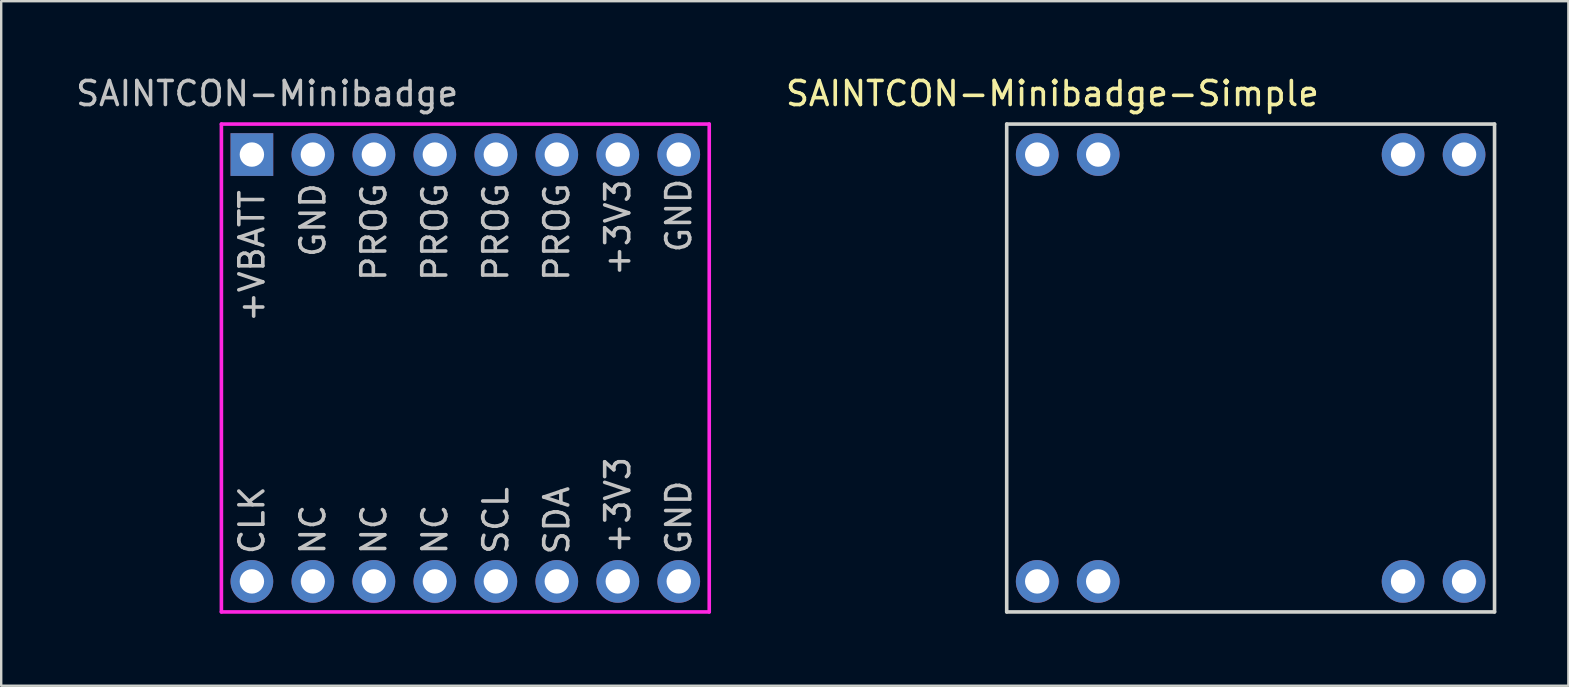
<source format=kicad_pcb>
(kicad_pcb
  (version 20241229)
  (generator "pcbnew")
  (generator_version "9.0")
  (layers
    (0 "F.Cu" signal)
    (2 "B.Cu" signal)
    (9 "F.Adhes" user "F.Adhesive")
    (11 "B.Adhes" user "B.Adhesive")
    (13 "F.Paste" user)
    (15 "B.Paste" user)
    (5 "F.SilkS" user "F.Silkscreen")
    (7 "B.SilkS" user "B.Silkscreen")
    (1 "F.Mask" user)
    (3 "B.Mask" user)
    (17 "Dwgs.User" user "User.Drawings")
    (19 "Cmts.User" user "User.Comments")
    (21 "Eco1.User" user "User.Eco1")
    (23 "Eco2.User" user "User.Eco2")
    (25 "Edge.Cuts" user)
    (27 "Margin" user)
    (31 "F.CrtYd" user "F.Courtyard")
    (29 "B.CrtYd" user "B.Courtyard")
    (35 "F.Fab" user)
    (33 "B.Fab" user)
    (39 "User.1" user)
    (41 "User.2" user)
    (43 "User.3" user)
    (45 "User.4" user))
  (footprint "SAINTCON-Minibadge-Simple"
    (layer "F.Cu")
    (at 38.883 2.118)
    (property "Reference" "SAINTCON-Minibadge-Simple" (at 1.905 -1.27 0) (layer "F.SilkS") (effects (font (size 1 1) (thickness 0.15))))
    (attr through_hole)
    (fp_line (start 0 0) (end 0 20.32) (stroke (width 0.15) (type solid)) (layer "Edge.Cuts"))
    (fp_line (start 0 20.32) (end 20.32 20.32) (stroke (width 0.15) (type solid)) (layer "Edge.Cuts"))
    (fp_line (start 20.32 0) (end 0 0) (stroke (width 0.15) (type solid)) (layer "Edge.Cuts"))
    (fp_line (start 20.32 20.32) (end 20.32 0) (stroke (width 0.15) (type solid)) (layer "Edge.Cuts"))
    (pad "1" thru_hole circle (at 1.27 1.27 90) (size 1.778 1.778) (drill 1.016) (layers "*.Cu" "*.Mask"))
    (pad "2" thru_hole circle (at 3.81 1.27 90) (size 1.778 1.778) (drill 1.016) (layers "*.Cu" "*.Mask"))
    (pad "7" thru_hole circle (at 16.51 1.27 90) (size 1.778 1.778) (drill 1.016) (layers "*.Cu" "*.Mask"))
    (pad "8" thru_hole circle (at 19.05 1.27 90) (size 1.778 1.778) (drill 1.016) (layers "*.Cu" "*.Mask"))
    (pad "9" thru_hole circle (at 1.27 19.05 90) (size 1.778 1.778) (drill 1.016) (layers "*.Cu" "*.Mask"))
    (pad "10" thru_hole circle (at 3.81 19.05 90) (size 1.778 1.778) (drill 1.016) (layers "*.Cu" "*.Mask"))
    (pad "15" thru_hole circle (at 16.51 19.05 90) (size 1.778 1.778) (drill 1.016) (layers "*.Cu" "*.Mask"))
    (pad "16" thru_hole circle (at 19.05 19.05 90) (size 1.778 1.778) (drill 1.016) (layers "*.Cu" "*.Mask")))
  (footprint "SAINTCON-Minibadge"
    (layer "F.Cu")
    (at 6.172 2.118)
    (property "Reference" "SAINTCON-Minibadge" (at 1.905 -1.27 0) (layer "Dwgs.User") (effects (font (size 1 1) (thickness 0.15))))
    (attr through_hole)
    (fp_line (start 0 0) (end 0 20.32) (stroke (width 0.15) (type solid)) (layer "F.CrtYd"))
    (fp_line (start 0 20.32) (end 20.32 20.32) (stroke (width 0.15) (type solid)) (layer "F.CrtYd"))
    (fp_line (start 20.32 0) (end 0 0) (stroke (width 0.15) (type solid)) (layer "F.CrtYd"))
    (fp_line (start 20.32 20.32) (end 20.32 0) (stroke (width 0.15) (type solid)) (layer "F.CrtYd"))
    (fp_text user "NC" (at 8.89 16.891 90) (layer "Dwgs.User") (effects (font (size 1 1) (thickness 0.15))))
    (fp_text user "GND" (at 19.05 16.383 90) (layer "Dwgs.User") (effects (font (size 1 1) (thickness 0.15))))
    (fp_text user "PROG" (at 6.35 4.5 90) (layer "Dwgs.User") (effects (font (size 1 1) (thickness 0.15))))
    (fp_text user "GND" (at 3.81 4 90) (layer "Dwgs.User") (effects (font (size 1 1) (thickness 0.15))))
    (fp_text user "PROG" (at 11.43 4.5 90) (layer "Dwgs.User") (effects (font (size 1 1) (thickness 0.15))))
    (fp_text user "+VBATT" (at 1.27 5.5 90) (layer "Dwgs.User") (effects (font (size 1 1) (thickness 0.15))))
    (fp_text user "+3V3" (at 16.51 4.318 90) (layer "Dwgs.User") (effects (font (size 1 1) (thickness 0.15))))
    (fp_text user "NC" (at 6.35 16.891 90) (layer "Dwgs.User") (effects (font (size 1 1) (thickness 0.15))))
    (fp_text user "PROG" (at 8.89 4.5 90) (layer "Dwgs.User") (effects (font (size 1 1) (thickness 0.15))))
    (fp_text user "GND" (at 19.05 3.81 90) (layer "Dwgs.User") (effects (font (size 1 1) (thickness 0.15))))
    (fp_text user "PROG" (at 13.97 4.5 90) (layer "Dwgs.User") (effects (font (size 1 1) (thickness 0.15))))
    (fp_text user "+3V3" (at 16.51 15.875 90) (layer "Dwgs.User") (effects (font (size 1 1) (thickness 0.15))))
    (fp_text user "SDA" (at 13.97 16.51 90) (layer "Dwgs.User") (effects (font (size 1 1) (thickness 0.15))))
    (fp_text user "SCL" (at 11.43 16.51 90) (layer "Dwgs.User") (effects (font (size 1 1) (thickness 0.15))))
    (fp_text user "CLK" (at 1.27 16.5 90) (layer "Dwgs.User") (effects (font (size 1 1) (thickness 0.15))))
    (fp_text user "NC" (at 3.81 16.891 90) (layer "Dwgs.User") (effects (font (size 1 1) (thickness 0.15))))
    (pad "1" thru_hole rect (at 1.27 1.27 90) (size 1.778 1.778) (drill 1.016) (layers "*.Cu" "*.Mask"))
    (pad "2" thru_hole circle (at 3.81 1.27 90) (size 1.778 1.778) (drill 1.016) (layers "*.Cu" "*.Mask"))
    (pad "3" thru_hole circle (at 6.35 1.27 90) (size 1.778 1.778) (drill 1.016) (layers "*.Cu" "*.Mask"))
    (pad "4" thru_hole circle (at 8.89 1.27 90) (size 1.778 1.778) (drill 1.016) (layers "*.Cu" "*.Mask"))
    (pad "5" thru_hole circle (at 11.43 1.27 90) (size 1.778 1.778) (drill 1.016) (layers "*.Cu" "*.Mask"))
    (pad "6" thru_hole circle (at 13.97 1.27 90) (size 1.778 1.778) (drill 1.016) (layers "*.Cu" "*.Mask"))
    (pad "7" thru_hole circle (at 16.51 1.27 90) (size 1.778 1.778) (drill 1.016) (layers "*.Cu" "*.Mask"))
    (pad "8" thru_hole circle (at 19.05 1.27 90) (size 1.778 1.778) (drill 1.016) (layers "*.Cu" "*.Mask"))
    (pad "9" thru_hole circle (at 1.27 19.05 90) (size 1.778 1.778) (drill 1.016) (layers "*.Cu" "*.Mask"))
    (pad "10" thru_hole circle (at 3.81 19.05 90) (size 1.778 1.778) (drill 1.016) (layers "*.Cu" "*.Mask"))
    (pad "11" thru_hole circle (at 6.35 19.05 90) (size 1.778 1.778) (drill 1.016) (layers "*.Cu" "*.Mask"))
    (pad "12" thru_hole circle (at 8.89 19.05 90) (size 1.778 1.778) (drill 1.016) (layers "*.Cu" "*.Mask"))
    (pad "13" thru_hole circle (at 11.43 19.05 90) (size 1.778 1.778) (drill 1.016) (layers "*.Cu" "*.Mask"))
    (pad "14" thru_hole circle (at 13.97 19.05 90) (size 1.778 1.778) (drill 1.016) (layers "*.Cu" "*.Mask"))
    (pad "15" thru_hole circle (at 16.51 19.05 90) (size 1.778 1.778) (drill 1.016) (layers "*.Cu" "*.Mask"))
    (pad "16" thru_hole circle (at 19.05 19.05 90) (size 1.778 1.778) (drill 1.016) (layers "*.Cu" "*.Mask")))
  (gr_rect
    (start -3 -3)
    (end 62.278 25.513)
    (stroke (width 0.1) (type default))
    (fill no)
    (layer "Edge.Cuts")))
</source>
